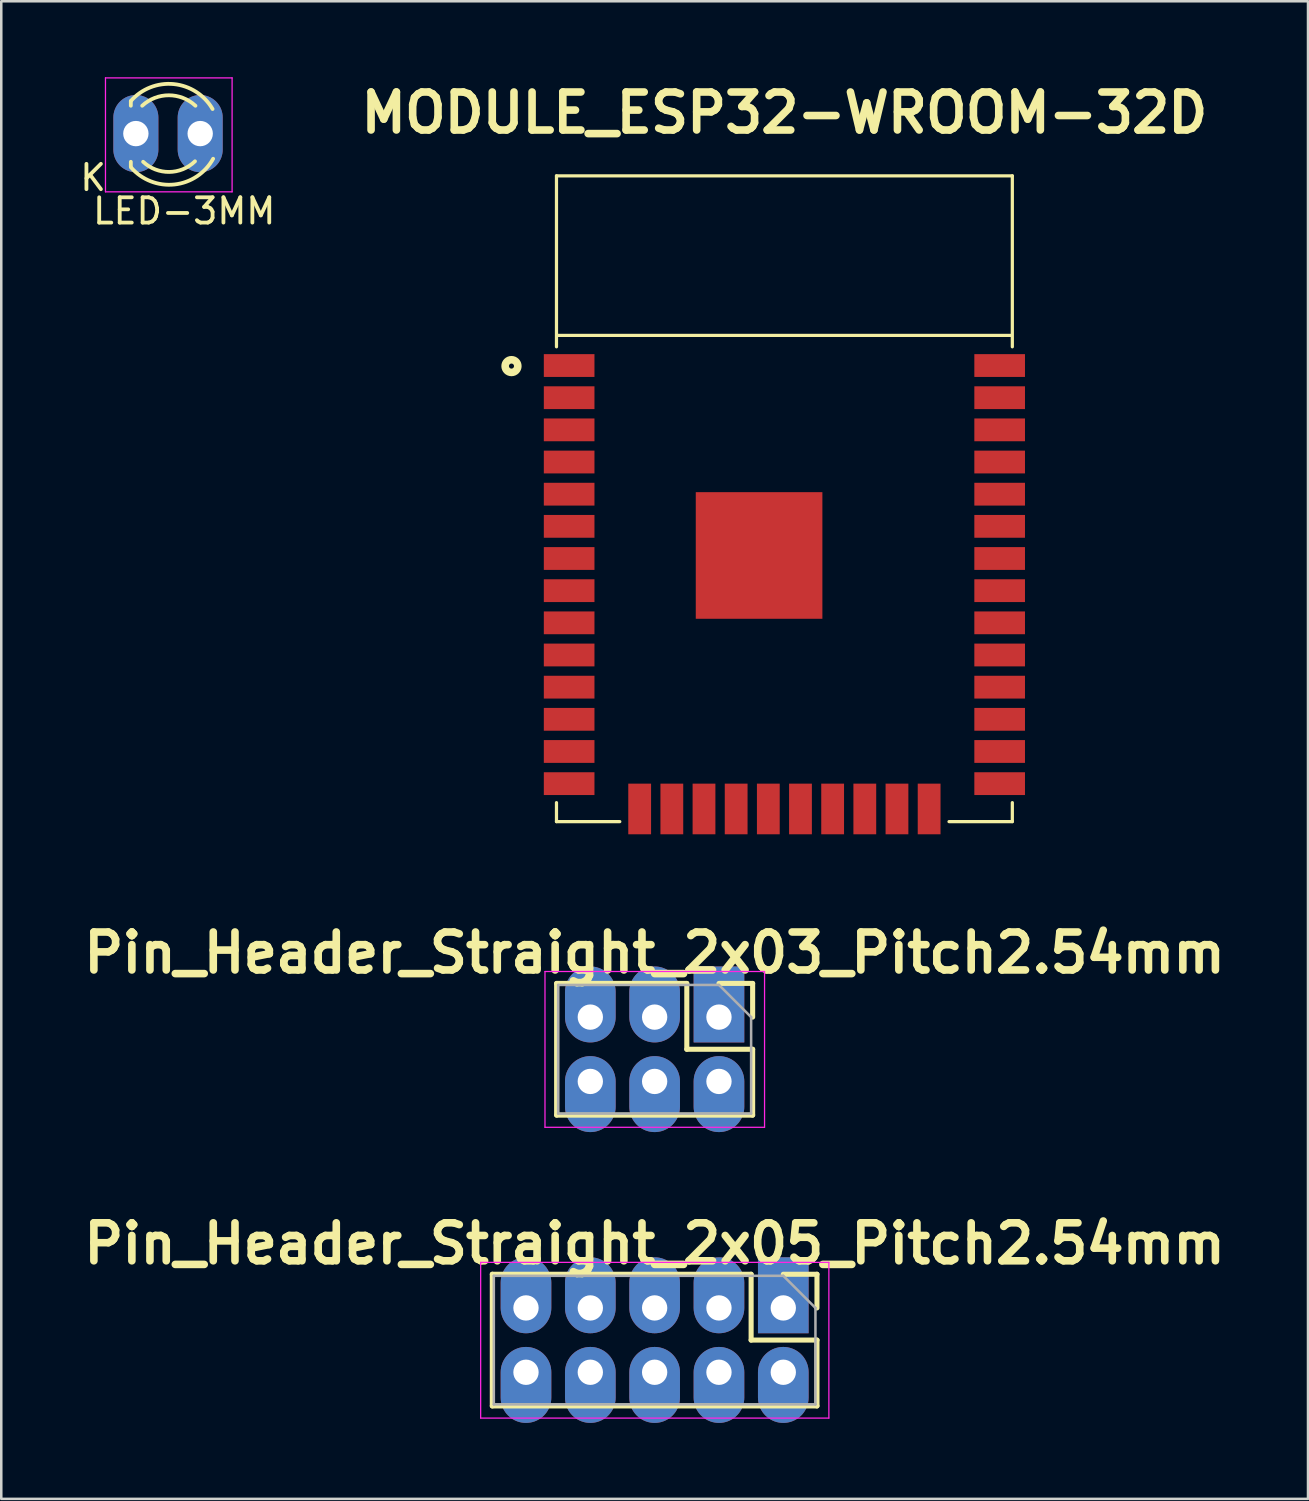
<source format=kicad_pcb>
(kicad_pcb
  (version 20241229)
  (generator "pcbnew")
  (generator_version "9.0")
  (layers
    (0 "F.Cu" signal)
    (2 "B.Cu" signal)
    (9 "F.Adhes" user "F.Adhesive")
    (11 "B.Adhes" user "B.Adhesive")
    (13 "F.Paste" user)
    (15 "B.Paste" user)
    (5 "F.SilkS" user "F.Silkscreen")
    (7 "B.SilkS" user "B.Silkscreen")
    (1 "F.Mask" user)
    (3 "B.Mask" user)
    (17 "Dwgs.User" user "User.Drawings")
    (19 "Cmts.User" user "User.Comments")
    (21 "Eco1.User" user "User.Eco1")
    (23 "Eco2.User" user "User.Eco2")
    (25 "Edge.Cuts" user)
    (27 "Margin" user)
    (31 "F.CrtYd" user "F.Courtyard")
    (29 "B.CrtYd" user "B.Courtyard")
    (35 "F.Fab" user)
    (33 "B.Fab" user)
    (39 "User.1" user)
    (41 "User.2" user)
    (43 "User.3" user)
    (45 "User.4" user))
  (footprint "Pin_Header_Straight_2x03_Pitch2.54mm"
    (layer "F.Cu")
    (at 22.8 38.383)
    (property "Reference" "Pin_Header_Straight_2x03_Pitch2.54mm" (at 0 -3.81 0) (layer "F.SilkS") (effects (font (size 1.5 1.5) (thickness 0.3))))
    (attr through_hole)
    (fp_line (start -3.87 -2.6) (end -3.87 2.6) (stroke (width 0.2) (type solid)) (layer "F.SilkS"))
    (fp_line (start 1.27 -2.6) (end -3.87 -2.6) (stroke (width 0.2) (type solid)) (layer "F.SilkS"))
    (fp_line (start 1.27 -2.6) (end 1.27 0) (stroke (width 0.2) (type solid)) (layer "F.SilkS"))
    (fp_line (start 1.27 0) (end 3.87 0) (stroke (width 0.2) (type solid)) (layer "F.SilkS"))
    (fp_line (start 2.54 -2.6) (end 3.87 -2.6) (stroke (width 0.2) (type solid)) (layer "F.SilkS"))
    (fp_line (start 3.87 -2.6) (end 3.87 -1.27) (stroke (width 0.2) (type solid)) (layer "F.SilkS"))
    (fp_line (start 3.87 0) (end 3.87 2.6) (stroke (width 0.2) (type solid)) (layer "F.SilkS"))
    (fp_line (start 3.87 2.6) (end -3.87 2.6) (stroke (width 0.2) (type solid)) (layer "F.SilkS"))
    (fp_line (start -4.33 -3.07) (end -4.33 3.08) (stroke (width 0.05) (type solid)) (layer "F.CrtYd"))
    (fp_line (start -4.33 3.08) (end 4.34 3.08) (stroke (width 0.05) (type solid)) (layer "F.CrtYd"))
    (fp_line (start 4.34 -3.07) (end -4.33 -3.07) (stroke (width 0.05) (type solid)) (layer "F.CrtYd"))
    (fp_line (start 4.34 3.08) (end 4.34 -3.07) (stroke (width 0.05) (type solid)) (layer "F.CrtYd"))
    (fp_line (start -3.81 -2.54) (end 2.54 -2.54) (stroke (width 0.1) (type solid)) (layer "F.Fab"))
    (fp_line (start -3.81 2.54) (end -3.81 -2.54) (stroke (width 0.1) (type solid)) (layer "F.Fab"))
    (fp_line (start 2.54 -2.54) (end 3.81 -1.27) (stroke (width 0.1) (type solid)) (layer "F.Fab"))
    (fp_line (start 3.81 -1.27) (end 3.81 2.54) (stroke (width 0.1) (type solid)) (layer "F.Fab"))
    (fp_line (start 3.81 2.54) (end -3.81 2.54) (stroke (width 0.1) (type solid)) (layer "F.Fab"))
    (pad "1" thru_hole rect (at 2.54 -1.27 270) (size 3 2) (drill 1 (offset -0.5 0)) (layers "*.Cu" "*.Mask"))
    (pad "2" thru_hole oval (at 2.54 1.27 270) (size 3 2) (drill 1 (offset 0.5 0)) (layers "*.Cu" "*.Mask"))
    (pad "3" thru_hole oval (at 0 -1.27 270) (size 3 2) (drill 1 (offset -0.5 0)) (layers "*.Cu" "*.Mask"))
    (pad "4" thru_hole oval (at 0 1.27 270) (size 3 2) (drill 1 (offset 0.5 0)) (layers "*.Cu" "*.Mask"))
    (pad "5" thru_hole oval (at -2.54 -1.27 270) (size 3 2) (drill 1 (offset -0.5 0)) (layers "*.Cu" "*.Mask"))
    (pad "6" thru_hole oval (at -2.54 1.27 270) (size 3 2) (drill 1 (offset 0.5 0)) (layers "*.Cu" "*.Mask")))
  (footprint "Pin_Header_Straight_2x05_Pitch2.54mm"
    (layer "F.Cu")
    (at 22.8 49.867)
    (property "Reference" "Pin_Header_Straight_2x05_Pitch2.54mm" (at 0 -3.81 0) (layer "F.SilkS") (effects (font (size 1.5 1.5) (thickness 0.3))))
    (attr through_hole)
    (fp_line (start -6.41 -2.6) (end -6.41 2.6) (stroke (width 0.2) (type solid)) (layer "F.SilkS"))
    (fp_line (start 3.81 -2.6) (end -6.41 -2.6) (stroke (width 0.2) (type solid)) (layer "F.SilkS"))
    (fp_line (start 3.81 -2.6) (end 3.81 0) (stroke (width 0.2) (type solid)) (layer "F.SilkS"))
    (fp_line (start 3.81 0) (end 6.41 0) (stroke (width 0.2) (type solid)) (layer "F.SilkS"))
    (fp_line (start 5.08 -2.6) (end 6.41 -2.6) (stroke (width 0.2) (type solid)) (layer "F.SilkS"))
    (fp_line (start 6.41 -2.6) (end 6.41 -1.27) (stroke (width 0.2) (type solid)) (layer "F.SilkS"))
    (fp_line (start 6.41 0) (end 6.41 2.6) (stroke (width 0.2) (type solid)) (layer "F.SilkS"))
    (fp_line (start 6.41 2.6) (end -6.41 2.6) (stroke (width 0.2) (type solid)) (layer "F.SilkS"))
    (fp_line (start -6.87 -3.07) (end -6.87 3.08) (stroke (width 0.05) (type solid)) (layer "F.CrtYd"))
    (fp_line (start -6.87 3.08) (end 6.88 3.08) (stroke (width 0.05) (type solid)) (layer "F.CrtYd"))
    (fp_line (start 6.88 -3.07) (end -6.87 -3.07) (stroke (width 0.05) (type solid)) (layer "F.CrtYd"))
    (fp_line (start 6.88 3.08) (end 6.88 -3.07) (stroke (width 0.05) (type solid)) (layer "F.CrtYd"))
    (fp_line (start -6.35 -2.54) (end 5.08 -2.54) (stroke (width 0.1) (type solid)) (layer "F.Fab"))
    (fp_line (start -6.35 2.54) (end -6.35 -2.54) (stroke (width 0.1) (type solid)) (layer "F.Fab"))
    (fp_line (start 5.08 -2.54) (end 6.35 -1.27) (stroke (width 0.1) (type solid)) (layer "F.Fab"))
    (fp_line (start 6.35 -1.27) (end 6.35 2.54) (stroke (width 0.1) (type solid)) (layer "F.Fab"))
    (fp_line (start 6.35 2.54) (end -6.35 2.54) (stroke (width 0.1) (type solid)) (layer "F.Fab"))
    (pad "1" thru_hole rect (at 5.08 -1.27 270) (size 3 2) (drill 1 (offset -0.5 0)) (layers "*.Cu" "*.Mask"))
    (pad "2" thru_hole oval (at 5.08 1.27 270) (size 3 2) (drill 1 (offset 0.5 0)) (layers "*.Cu" "*.Mask"))
    (pad "3" thru_hole oval (at 2.54 -1.27 270) (size 3 2) (drill 1 (offset -0.5 0)) (layers "*.Cu" "*.Mask"))
    (pad "4" thru_hole oval (at 2.54 1.27 270) (size 3 2) (drill 1 (offset 0.5 0)) (layers "*.Cu" "*.Mask"))
    (pad "5" thru_hole oval (at 0 -1.27 270) (size 3 2) (drill 1 (offset -0.5 0)) (layers "*.Cu" "*.Mask"))
    (pad "6" thru_hole oval (at 0 1.27 270) (size 3 2) (drill 1 (offset 0.5 0)) (layers "*.Cu" "*.Mask"))
    (pad "7" thru_hole oval (at -2.54 -1.27 270) (size 3 2) (drill 1 (offset -0.5 0)) (layers "*.Cu" "*.Mask"))
    (pad "8" thru_hole oval (at -2.54 1.27 270) (size 3 2) (drill 1 (offset 0.5 0)) (layers "*.Cu" "*.Mask"))
    (pad "9" thru_hole oval (at -5.08 -1.27 270) (size 3 2) (drill 1 (offset -0.5 0)) (layers "*.Cu" "*.Mask"))
    (pad "10" thru_hole oval (at -5.08 1.27 270) (size 3 2) (drill 1 (offset 0.5 0)) (layers "*.Cu" "*.Mask")))
  (footprint "LED-3MM"
    (layer "F.Cu")
    (at 2.315 2.225)
    (property "Reference" "LED-3MM" (at 1.91 3.06 0) (layer "F.SilkS") (effects (font (size 1 1) (thickness 0.15))))
    (attr through_hole)
    (fp_line (start -0.199 -1.28) (end -0.199 -1.1) (stroke (width 0.15) (type solid)) (layer "F.SilkS"))
    (fp_line (start -0.199 1.314) (end -0.199 1.114) (stroke (width 0.15) (type solid)) (layer "F.SilkS"))
    (fp_arc (start -0.199 -1.286) (mid 1.495903 -1.954571) (end 3.028744 -0.969643) (stroke (width 0.15) (type solid)) (layer "F.SilkS"))
    (fp_arc (start 0.25 -1.1) (mid 1.301686 -1.512142) (end 2.353005 -1.099067) (stroke (width 0.15) (type solid)) (layer "F.SilkS"))
    (fp_arc (start 2.335 1.094) (mid 1.31492 1.51473) (end 0.287111 1.113252) (stroke (width 0.15) (type solid)) (layer "F.SilkS"))
    (fp_arc (start 3.051 0.994) (mid 1.522637 2.009958) (end -0.18622 1.340726) (stroke (width 0.15) (type solid)) (layer "F.SilkS"))
    (fp_line (start -1.2 -2.2) (end -1.2 2.3) (stroke (width 0.05) (type solid)) (layer "F.CrtYd"))
    (fp_line (start -1.2 2.3) (end 3.8 2.3) (stroke (width 0.05) (type solid)) (layer "F.CrtYd"))
    (fp_line (start 3.8 -2.2) (end -1.2 -2.2) (stroke (width 0.05) (type solid)) (layer "F.CrtYd"))
    (fp_line (start 3.8 2.3) (end 3.8 -2.2) (stroke (width 0.05) (type solid)) (layer "F.CrtYd"))
    (fp_text user "K" (at -1.69 1.74 0) (layer "F.SilkS") (effects (font (size 1 1) (thickness 0.15))))
    (pad "1" thru_hole oval (at 0 0) (size 1.778 3.048) (drill 1.001) (layers "*.Cu" "*.Mask"))
    (pad "2" thru_hole oval (at 2.54 0) (size 1.778 3.048) (drill 1.001) (layers "*.Cu" "*.Mask")))
  (footprint "MODULE_ESP32-WROOM-32D"
    (layer "F.Cu")
    (at 27.924 16.644)
    (property "Reference" "MODULE_ESP32-WROOM-32D" (at 0 -15.24 0) (layer "F.SilkS") (effects (font (size 1.5 1.5) (thickness 0.3))))
    (attr smd)
    (fp_line (start -9 -12.75) (end 9 -12.75) (stroke (width 0.127) (type solid)) (layer "F.SilkS"))
    (fp_line (start -9 -6) (end -9 -12.75) (stroke (width 0.127) (type solid)) (layer "F.SilkS"))
    (fp_line (start -9 12) (end -9 12.75) (stroke (width 0.127) (type solid)) (layer "F.SilkS"))
    (fp_line (start -9 12.75) (end -6.5 12.75) (stroke (width 0.127) (type solid)) (layer "F.SilkS"))
    (fp_line (start -8.96 -6.45) (end 8.96 -6.45) (stroke (width 0.127) (type solid)) (layer "F.SilkS"))
    (fp_line (start 6.5 12.75) (end 9 12.75) (stroke (width 0.127) (type solid)) (layer "F.SilkS"))
    (fp_line (start 9 -12.75) (end 9 -6) (stroke (width 0.127) (type solid)) (layer "F.SilkS"))
    (fp_line (start 9 12) (end 9 12.75) (stroke (width 0.127) (type solid)) (layer "F.SilkS"))
    (fp_circle (center -10.777 -5.238) (end -10.677 -5.238) (stroke (width 0.3) (type solid)) (fill no) (layer "F.SilkS"))
    (fp_poly (pts (xy -2.584 0.659) (xy 0.581 0.659) (xy 0.581 3.825) (xy -2.584 3.825)) (stroke (width 0) (type solid)) (fill yes) (layer "F.Paste"))
    (fp_line (start -9.75 -6) (end -9.25 -6) (stroke (width 0.05) (type solid)) (layer "Eco1.User"))
    (fp_line (start -9.75 13.5) (end -9.75 -6) (stroke (width 0.05) (type solid)) (layer "Eco1.User"))
    (fp_line (start -9.25 -13) (end 9.25 -13) (stroke (width 0.05) (type solid)) (layer "Eco1.User"))
    (fp_line (start -9.25 -6) (end -9.25 -13) (stroke (width 0.05) (type solid)) (layer "Eco1.User"))
    (fp_line (start 9.25 -13) (end 9.25 -6) (stroke (width 0.05) (type solid)) (layer "Eco1.User"))
    (fp_line (start 9.25 -6) (end 9.75 -6) (stroke (width 0.05) (type solid)) (layer "Eco1.User"))
    (fp_line (start 9.75 -6) (end 9.75 13.5) (stroke (width 0.05) (type solid)) (layer "Eco1.User"))
    (fp_line (start 9.75 13.5) (end -9.75 13.5) (stroke (width 0.05) (type solid)) (layer "Eco1.User"))
    (fp_line (start -9 -12.75) (end 9 -12.75) (stroke (width 0.127) (type solid)) (layer "Eco2.User"))
    (fp_line (start -9 12.75) (end -9 -12.75) (stroke (width 0.127) (type solid)) (layer "Eco2.User"))
    (fp_line (start -8.96 -6.45) (end 8.96 -6.45) (stroke (width 0.127) (type solid)) (layer "Eco2.User"))
    (fp_line (start 9 -12.75) (end 9 12.75) (stroke (width 0.127) (type solid)) (layer "Eco2.User"))
    (fp_line (start 9 12.75) (end -9 12.75) (stroke (width 0.127) (type solid)) (layer "Eco2.User"))
    (fp_circle (center -8.277 -5.238) (end -8.177 -5.238) (stroke (width 0.3) (type solid)) (fill no) (layer "Eco2.User"))
    (fp_text user "ANTENNA" (at 0 -8.651 0) (layer "Edge.Cuts") (effects (font (size 1 1) (thickness 0.05))))
    (pad "1" smd rect (at -8.5 -5.26) (size 2 0.9) (layers "F.Cu" "F.Mask" "F.Paste"))
    (pad "2" smd rect (at -8.5 -3.99) (size 2 0.9) (layers "F.Cu" "F.Mask" "F.Paste"))
    (pad "3" smd rect (at -8.5 -2.72) (size 2 0.9) (layers "F.Cu" "F.Mask" "F.Paste"))
    (pad "4" smd rect (at -8.5 -1.45) (size 2 0.9) (layers "F.Cu" "F.Mask" "F.Paste"))
    (pad "5" smd rect (at -8.5 -0.18) (size 2 0.9) (layers "F.Cu" "F.Mask" "F.Paste"))
    (pad "6" smd rect (at -8.5 1.09) (size 2 0.9) (layers "F.Cu" "F.Mask" "F.Paste"))
    (pad "7" smd rect (at -8.5 2.36) (size 2 0.9) (layers "F.Cu" "F.Mask" "F.Paste"))
    (pad "8" smd rect (at -8.5 3.63) (size 2 0.9) (layers "F.Cu" "F.Mask" "F.Paste"))
    (pad "9" smd rect (at -8.5 4.9) (size 2 0.9) (layers "F.Cu" "F.Mask" "F.Paste"))
    (pad "10" smd rect (at -8.5 6.17) (size 2 0.9) (layers "F.Cu" "F.Mask" "F.Paste"))
    (pad "11" smd rect (at -8.5 7.44) (size 2 0.9) (layers "F.Cu" "F.Mask" "F.Paste"))
    (pad "12" smd rect (at -8.5 8.71) (size 2 0.9) (layers "F.Cu" "F.Mask" "F.Paste"))
    (pad "13" smd rect (at -8.5 9.98) (size 2 0.9) (layers "F.Cu" "F.Mask" "F.Paste"))
    (pad "14" smd rect (at -8.5 11.25) (size 2 0.9) (layers "F.Cu" "F.Mask" "F.Paste"))
    (pad "15" smd rect (at -5.715 12.25 90) (size 2 0.9) (layers "F.Cu" "F.Mask" "F.Paste"))
    (pad "16" smd rect (at -4.445 12.25 90) (size 2 0.9) (layers "F.Cu" "F.Mask" "F.Paste"))
    (pad "17" smd rect (at -3.175 12.25 90) (size 2 0.9) (layers "F.Cu" "F.Mask" "F.Paste"))
    (pad "18" smd rect (at -1.905 12.25 90) (size 2 0.9) (layers "F.Cu" "F.Mask" "F.Paste"))
    (pad "19" smd rect (at -0.635 12.25 90) (size 2 0.9) (layers "F.Cu" "F.Mask" "F.Paste"))
    (pad "20" smd rect (at 0.635 12.25 90) (size 2 0.9) (layers "F.Cu" "F.Mask" "F.Paste"))
    (pad "21" smd rect (at 1.905 12.25 90) (size 2 0.9) (layers "F.Cu" "F.Mask" "F.Paste"))
    (pad "22" smd rect (at 3.175 12.25 90) (size 2 0.9) (layers "F.Cu" "F.Mask" "F.Paste"))
    (pad "23" smd rect (at 4.445 12.25 90) (size 2 0.9) (layers "F.Cu" "F.Mask" "F.Paste"))
    (pad "24" smd rect (at 5.715 12.25 90) (size 2 0.9) (layers "F.Cu" "F.Mask" "F.Paste"))
    (pad "25" smd rect (at 8.5 11.25 180) (size 2 0.9) (layers "F.Cu" "F.Mask" "F.Paste"))
    (pad "26" smd rect (at 8.5 9.98 180) (size 2 0.9) (layers "F.Cu" "F.Mask" "F.Paste"))
    (pad "27" smd rect (at 8.5 8.71 180) (size 2 0.9) (layers "F.Cu" "F.Mask" "F.Paste"))
    (pad "28" smd rect (at 8.5 7.44 180) (size 2 0.9) (layers "F.Cu" "F.Mask" "F.Paste"))
    (pad "29" smd rect (at 8.5 6.17 180) (size 2 0.9) (layers "F.Cu" "F.Mask" "F.Paste"))
    (pad "30" smd rect (at 8.5 4.9 180) (size 2 0.9) (layers "F.Cu" "F.Mask" "F.Paste"))
    (pad "31" smd rect (at 8.5 3.63 180) (size 2 0.9) (layers "F.Cu" "F.Mask" "F.Paste"))
    (pad "32" smd rect (at 8.5 2.36 180) (size 2 0.9) (layers "F.Cu" "F.Mask" "F.Paste"))
    (pad "33" smd rect (at 8.5 1.09 180) (size 2 0.9) (layers "F.Cu" "F.Mask" "F.Paste"))
    (pad "34" smd rect (at 8.5 -0.18 180) (size 2 0.9) (layers "F.Cu" "F.Mask" "F.Paste"))
    (pad "35" smd rect (at 8.5 -1.45 180) (size 2 0.9) (layers "F.Cu" "F.Mask" "F.Paste"))
    (pad "36" smd rect (at 8.5 -2.72 180) (size 2 0.9) (layers "F.Cu" "F.Mask" "F.Paste"))
    (pad "37" smd rect (at 8.5 -3.99 180) (size 2 0.9) (layers "F.Cu" "F.Mask" "F.Paste"))
    (pad "38" smd rect (at 8.5 -5.26 180) (size 2 0.9) (layers "F.Cu" "F.Mask" "F.Paste"))
    (pad "39" smd rect (at -1 2.24) (size 5 5) (layers "F.Cu" "F.Mask" "F.Paste")))
  (gr_rect
    (start -3 -3)
    (end 48.6 56.137)
    (stroke (width 0.1) (type default))
    (fill no)
    (layer "Edge.Cuts")))
</source>
